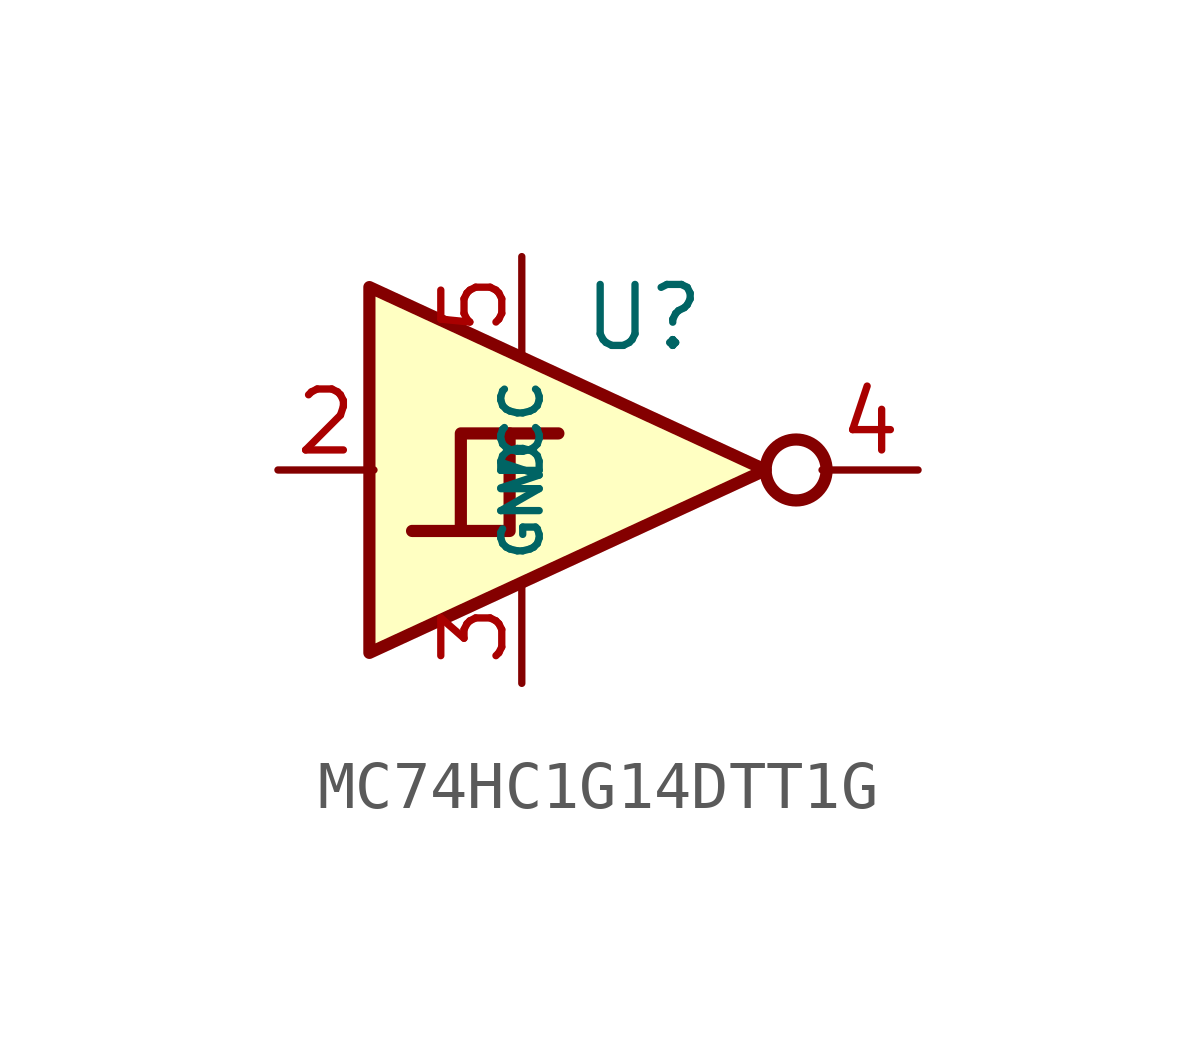
<source format=kicad_sym>
(kicad_symbol_lib
  (version 20220914)
  (generator kicad_symbol_editor)
  (symbol "MC74HC1G14DTT1G"
    (property "Reference" "U"
      (at 3.81 3.175 0)
      (effects (font (size 1.27 1.27))))
    (symbol "MC74HC1G14DTT1G_0_1"
      (polyline (pts (xy 1.016 0.762) (xy 2.032 0.762)) (stroke (width 0.254) (type default)) (fill (type background)))
      (polyline (pts (xy -1.905 3.81) (xy -1.905 -3.81) (xy 6.35 0) (xy -1.905 3.81)) (stroke (width 0.254) (type default)) (fill (type background)))
      (polyline (pts (xy 0 -1.27) (xy 0 0.762) (xy 1.016 0.762) (xy 1.016 -1.27) (xy -1.016 -1.27)) (stroke (width 0.254) (type default)) (fill (type background)))
      (circle (center 6.985 0) (radius 0.635) (stroke (width 0.254) (type default)) (fill (type none))))
    (symbol "MC74HC1G14DTT1G_1_0"
      (pin power_in line (at 1.27 4.445 270) (length 2) (name "VCC" (effects (font (size 0.8 0.8)))) (number "5" (effects (font (size 1.27 1.27))))))
    (symbol "MC74HC1G14DTT1G_1_1"
      (pin no_connect line (at 6.35 0 180) (length 5.08) hide (name "NC" (effects (font (size 1.27 1.27)))) (number "1" (effects (font (size 1.27 1.27)))))
      (pin input line (at -3.81 0 0) (length 2) (name "~" (effects (font (size 1.27 1.27)))) (number "2" (effects (font (size 1.27 1.27)))))
      (pin power_in line (at 1.27 -4.445 90) (length 2) (name "GND" (effects (font (size 0.8 0.8)))) (number "3" (effects (font (size 1.27 1.27)))))
      (pin output line (at 9.525 0 180) (length 2) (name "~" (effects (font (size 1.27 1.27)))) (number "4" (effects (font (size 1.27 1.27))))))))
</source>
